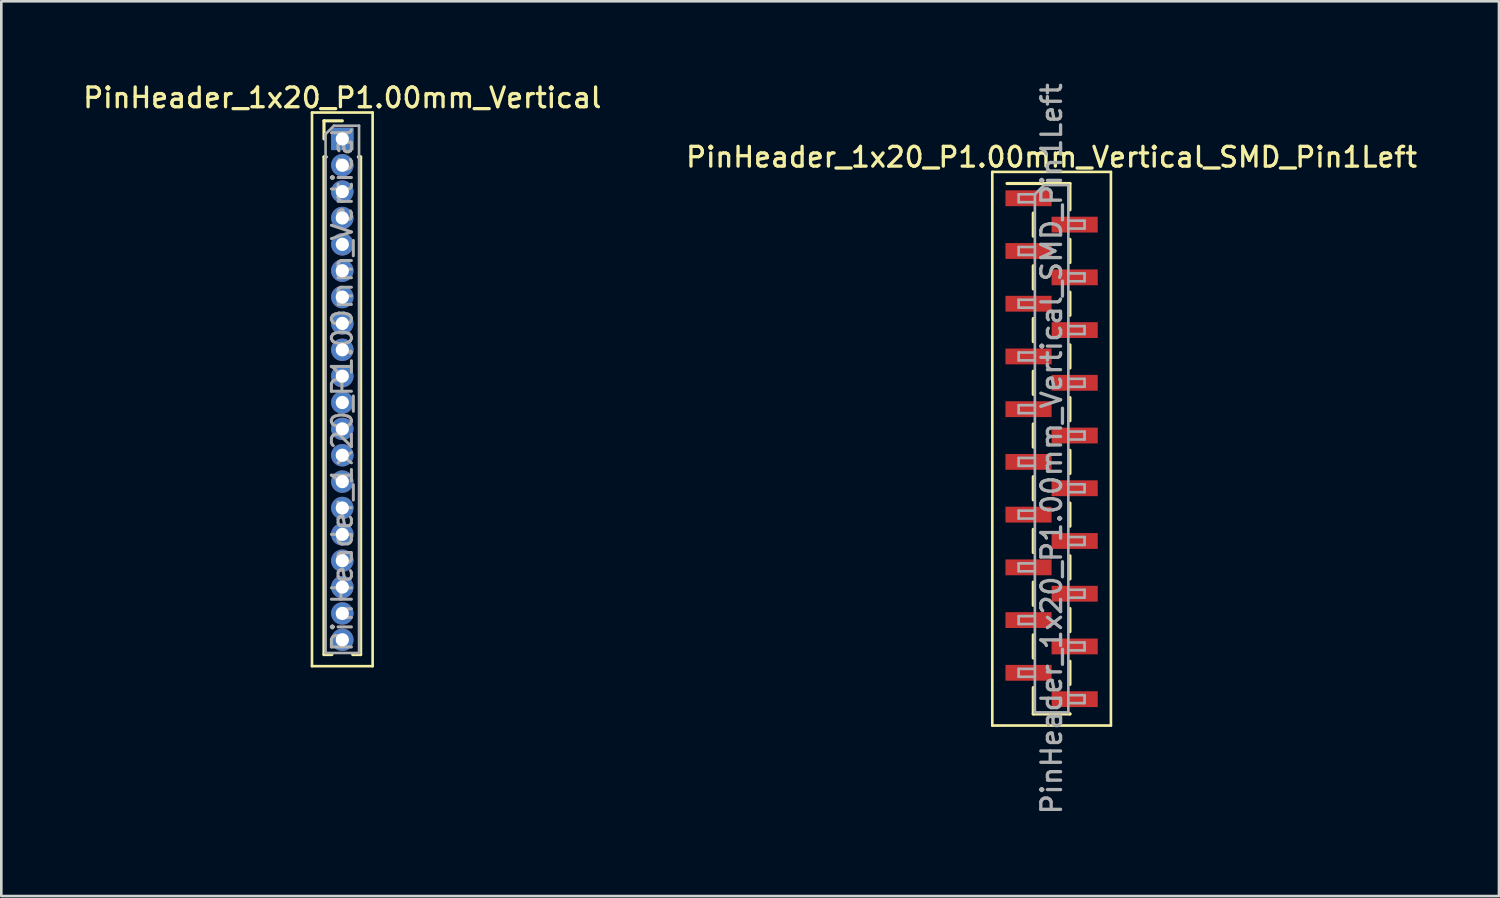
<source format=kicad_pcb>
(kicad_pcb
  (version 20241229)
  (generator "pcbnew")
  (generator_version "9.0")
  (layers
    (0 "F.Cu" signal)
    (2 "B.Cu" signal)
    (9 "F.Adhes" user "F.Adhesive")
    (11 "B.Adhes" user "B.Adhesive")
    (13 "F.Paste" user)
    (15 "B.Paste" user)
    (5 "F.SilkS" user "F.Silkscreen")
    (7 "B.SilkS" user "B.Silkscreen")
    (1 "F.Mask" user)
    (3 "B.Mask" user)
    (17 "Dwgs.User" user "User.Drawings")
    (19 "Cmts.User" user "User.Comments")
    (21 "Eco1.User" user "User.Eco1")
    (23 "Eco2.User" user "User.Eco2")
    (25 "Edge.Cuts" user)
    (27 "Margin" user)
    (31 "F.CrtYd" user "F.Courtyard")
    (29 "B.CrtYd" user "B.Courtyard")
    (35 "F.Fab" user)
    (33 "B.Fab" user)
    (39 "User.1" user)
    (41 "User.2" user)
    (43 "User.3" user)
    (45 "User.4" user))
  (footprint "PinHeader_1x20_P1.00mm_Vertical"
    (layer "F.Cu")
    (at 9.934 2.218)
    (property "Reference" "PinHeader_1x20_P1.00mm_Vertical" (at 0 -1.56 0) (layer "F.SilkS") (effects (font (size 0.75 0.75) (thickness 0.125))))
    (attr through_hole)
    (fp_line (start -1.15 -1) (end -1.15 20) (stroke (width 0.1) (type solid)) (layer "F.SilkS"))
    (fp_line (start -1.15 20) (end 1.15 20) (stroke (width 0.1) (type solid)) (layer "F.SilkS"))
    (fp_line (start -0.695 -0.685) (end 0 -0.685) (stroke (width 0.12) (type solid)) (layer "F.SilkS"))
    (fp_line (start -0.695 0) (end -0.695 -0.685) (stroke (width 0.12) (type solid)) (layer "F.SilkS"))
    (fp_line (start -0.695 0.685) (end -0.695 19.56) (stroke (width 0.12) (type solid)) (layer "F.SilkS"))
    (fp_line (start -0.695 0.685) (end -0.608 0.685) (stroke (width 0.12) (type solid)) (layer "F.SilkS"))
    (fp_line (start -0.695 19.56) (end -0.394 19.56) (stroke (width 0.12) (type solid)) (layer "F.SilkS"))
    (fp_line (start 0.394 19.56) (end 0.695 19.56) (stroke (width 0.12) (type solid)) (layer "F.SilkS"))
    (fp_line (start 0.608 0.685) (end 0.695 0.685) (stroke (width 0.12) (type solid)) (layer "F.SilkS"))
    (fp_line (start 0.695 0.685) (end 0.695 19.56) (stroke (width 0.12) (type solid)) (layer "F.SilkS"))
    (fp_line (start 1.15 -1) (end -1.15 -1) (stroke (width 0.1) (type solid)) (layer "F.SilkS"))
    (fp_line (start 1.15 20) (end 1.15 -1) (stroke (width 0.1) (type solid)) (layer "F.SilkS"))
    (fp_line (start -0.635 -0.182) (end -0.318 -0.5) (stroke (width 0.1) (type solid)) (layer "F.Fab"))
    (fp_line (start -0.635 19.5) (end -0.635 -0.182) (stroke (width 0.1) (type solid)) (layer "F.Fab"))
    (fp_line (start -0.318 -0.5) (end 0.635 -0.5) (stroke (width 0.1) (type solid)) (layer "F.Fab"))
    (fp_line (start 0.635 -0.5) (end 0.635 19.5) (stroke (width 0.1) (type solid)) (layer "F.Fab"))
    (fp_line (start 0.635 19.5) (end -0.635 19.5) (stroke (width 0.1) (type solid)) (layer "F.Fab"))
    (fp_text user "${REFERENCE}" (at 0 9.5 90) (layer "F.Fab") (effects (font (size 0.76 0.76) (thickness 0.114))))
    (pad "1" thru_hole rect (at 0 0) (size 0.85 0.85) (drill 0.5) (layers "*.Cu" "*.Mask"))
    (pad "2" thru_hole oval (at 0 1) (size 0.85 0.85) (drill 0.5) (layers "*.Cu" "*.Mask"))
    (pad "3" thru_hole oval (at 0 2) (size 0.85 0.85) (drill 0.5) (layers "*.Cu" "*.Mask"))
    (pad "4" thru_hole oval (at 0 3) (size 0.85 0.85) (drill 0.5) (layers "*.Cu" "*.Mask"))
    (pad "5" thru_hole oval (at 0 4) (size 0.85 0.85) (drill 0.5) (layers "*.Cu" "*.Mask"))
    (pad "6" thru_hole oval (at 0 5) (size 0.85 0.85) (drill 0.5) (layers "*.Cu" "*.Mask"))
    (pad "7" thru_hole oval (at 0 6) (size 0.85 0.85) (drill 0.5) (layers "*.Cu" "*.Mask"))
    (pad "8" thru_hole oval (at 0 7) (size 0.85 0.85) (drill 0.5) (layers "*.Cu" "*.Mask"))
    (pad "9" thru_hole oval (at 0 8) (size 0.85 0.85) (drill 0.5) (layers "*.Cu" "*.Mask"))
    (pad "10" thru_hole oval (at 0 9) (size 0.85 0.85) (drill 0.5) (layers "*.Cu" "*.Mask"))
    (pad "11" thru_hole oval (at 0 10) (size 0.85 0.85) (drill 0.5) (layers "*.Cu" "*.Mask"))
    (pad "12" thru_hole oval (at 0 11) (size 0.85 0.85) (drill 0.5) (layers "*.Cu" "*.Mask"))
    (pad "13" thru_hole oval (at 0 12) (size 0.85 0.85) (drill 0.5) (layers "*.Cu" "*.Mask"))
    (pad "14" thru_hole oval (at 0 13) (size 0.85 0.85) (drill 0.5) (layers "*.Cu" "*.Mask"))
    (pad "15" thru_hole oval (at 0 14) (size 0.85 0.85) (drill 0.5) (layers "*.Cu" "*.Mask"))
    (pad "16" thru_hole oval (at 0 15) (size 0.85 0.85) (drill 0.5) (layers "*.Cu" "*.Mask"))
    (pad "17" thru_hole oval (at 0 16) (size 0.85 0.85) (drill 0.5) (layers "*.Cu" "*.Mask"))
    (pad "18" thru_hole oval (at 0 17) (size 0.85 0.85) (drill 0.5) (layers "*.Cu" "*.Mask"))
    (pad "19" thru_hole oval (at 0 18) (size 0.85 0.85) (drill 0.5) (layers "*.Cu" "*.Mask"))
    (pad "20" thru_hole oval (at 0 19) (size 0.85 0.85) (drill 0.5) (layers "*.Cu" "*.Mask")))
  (footprint "PinHeader_1x20_P1.00mm_Vertical_SMD_Pin1Left"
    (layer "F.Cu")
    (at 36.838 13.97)
    (property "Reference" "PinHeader_1x20_P1.00mm_Vertical_SMD_Pin1Left" (at 0 -11.06 0) (layer "F.SilkS") (effects (font (size 0.75 0.75) (thickness 0.125))))
    (attr smd)
    (fp_line (start -2.25 -10.5) (end -2.25 10.5) (stroke (width 0.1) (type solid)) (layer "F.SilkS"))
    (fp_line (start -2.25 10.5) (end 2.25 10.5) (stroke (width 0.1) (type solid)) (layer "F.SilkS"))
    (fp_line (start -0.695 -10.06) (end -1.69 -10.06) (stroke (width 0.12) (type solid)) (layer "F.SilkS"))
    (fp_line (start -0.695 -10.06) (end -0.695 -10.06) (stroke (width 0.12) (type solid)) (layer "F.SilkS"))
    (fp_line (start -0.695 -10.06) (end 0.695 -10.06) (stroke (width 0.12) (type solid)) (layer "F.SilkS"))
    (fp_line (start -0.695 -8.94) (end -0.695 -8.06) (stroke (width 0.12) (type solid)) (layer "F.SilkS"))
    (fp_line (start -0.695 -6.94) (end -0.695 -6.06) (stroke (width 0.12) (type solid)) (layer "F.SilkS"))
    (fp_line (start -0.695 -4.94) (end -0.695 -4.06) (stroke (width 0.12) (type solid)) (layer "F.SilkS"))
    (fp_line (start -0.695 -2.94) (end -0.695 -2.06) (stroke (width 0.12) (type solid)) (layer "F.SilkS"))
    (fp_line (start -0.695 -0.94) (end -0.695 -0.06) (stroke (width 0.12) (type solid)) (layer "F.SilkS"))
    (fp_line (start -0.695 1.06) (end -0.695 1.94) (stroke (width 0.12) (type solid)) (layer "F.SilkS"))
    (fp_line (start -0.695 3.06) (end -0.695 3.94) (stroke (width 0.12) (type solid)) (layer "F.SilkS"))
    (fp_line (start -0.695 5.06) (end -0.695 5.94) (stroke (width 0.12) (type solid)) (layer "F.SilkS"))
    (fp_line (start -0.695 7.06) (end -0.695 7.94) (stroke (width 0.12) (type solid)) (layer "F.SilkS"))
    (fp_line (start -0.695 9.06) (end -0.695 10.06) (stroke (width 0.12) (type solid)) (layer "F.SilkS"))
    (fp_line (start -0.695 10.06) (end 0.695 10.06) (stroke (width 0.12) (type solid)) (layer "F.SilkS"))
    (fp_line (start 0.695 -10.06) (end 0.695 -9.06) (stroke (width 0.12) (type solid)) (layer "F.SilkS"))
    (fp_line (start 0.695 -7.94) (end 0.695 -7.06) (stroke (width 0.12) (type solid)) (layer "F.SilkS"))
    (fp_line (start 0.695 -5.94) (end 0.695 -5.06) (stroke (width 0.12) (type solid)) (layer "F.SilkS"))
    (fp_line (start 0.695 -3.94) (end 0.695 -3.06) (stroke (width 0.12) (type solid)) (layer "F.SilkS"))
    (fp_line (start 0.695 -1.94) (end 0.695 -1.06) (stroke (width 0.12) (type solid)) (layer "F.SilkS"))
    (fp_line (start 0.695 0.06) (end 0.695 0.94) (stroke (width 0.12) (type solid)) (layer "F.SilkS"))
    (fp_line (start 0.695 2.06) (end 0.695 2.94) (stroke (width 0.12) (type solid)) (layer "F.SilkS"))
    (fp_line (start 0.695 4.06) (end 0.695 4.94) (stroke (width 0.12) (type solid)) (layer "F.SilkS"))
    (fp_line (start 0.695 6.06) (end 0.695 6.94) (stroke (width 0.12) (type solid)) (layer "F.SilkS"))
    (fp_line (start 0.695 8.06) (end 0.695 8.94) (stroke (width 0.12) (type solid)) (layer "F.SilkS"))
    (fp_line (start 0.695 10.06) (end 0.695 10.06) (stroke (width 0.12) (type solid)) (layer "F.SilkS"))
    (fp_line (start 2.25 -10.5) (end -2.25 -10.5) (stroke (width 0.1) (type solid)) (layer "F.SilkS"))
    (fp_line (start 2.25 10.5) (end 2.25 -10.5) (stroke (width 0.1) (type solid)) (layer "F.SilkS"))
    (fp_line (start -1.25 -9.65) (end -1.25 -9.35) (stroke (width 0.1) (type solid)) (layer "F.Fab"))
    (fp_line (start -1.25 -9.35) (end -0.635 -9.35) (stroke (width 0.1) (type solid)) (layer "F.Fab"))
    (fp_line (start -1.25 -7.65) (end -1.25 -7.35) (stroke (width 0.1) (type solid)) (layer "F.Fab"))
    (fp_line (start -1.25 -7.35) (end -0.635 -7.35) (stroke (width 0.1) (type solid)) (layer "F.Fab"))
    (fp_line (start -1.25 -5.65) (end -1.25 -5.35) (stroke (width 0.1) (type solid)) (layer "F.Fab"))
    (fp_line (start -1.25 -5.35) (end -0.635 -5.35) (stroke (width 0.1) (type solid)) (layer "F.Fab"))
    (fp_line (start -1.25 -3.65) (end -1.25 -3.35) (stroke (width 0.1) (type solid)) (layer "F.Fab"))
    (fp_line (start -1.25 -3.35) (end -0.635 -3.35) (stroke (width 0.1) (type solid)) (layer "F.Fab"))
    (fp_line (start -1.25 -1.65) (end -1.25 -1.35) (stroke (width 0.1) (type solid)) (layer "F.Fab"))
    (fp_line (start -1.25 -1.35) (end -0.635 -1.35) (stroke (width 0.1) (type solid)) (layer "F.Fab"))
    (fp_line (start -1.25 0.35) (end -1.25 0.65) (stroke (width 0.1) (type solid)) (layer "F.Fab"))
    (fp_line (start -1.25 0.65) (end -0.635 0.65) (stroke (width 0.1) (type solid)) (layer "F.Fab"))
    (fp_line (start -1.25 2.35) (end -1.25 2.65) (stroke (width 0.1) (type solid)) (layer "F.Fab"))
    (fp_line (start -1.25 2.65) (end -0.635 2.65) (stroke (width 0.1) (type solid)) (layer "F.Fab"))
    (fp_line (start -1.25 4.35) (end -1.25 4.65) (stroke (width 0.1) (type solid)) (layer "F.Fab"))
    (fp_line (start -1.25 4.65) (end -0.635 4.65) (stroke (width 0.1) (type solid)) (layer "F.Fab"))
    (fp_line (start -1.25 6.35) (end -1.25 6.65) (stroke (width 0.1) (type solid)) (layer "F.Fab"))
    (fp_line (start -1.25 6.65) (end -0.635 6.65) (stroke (width 0.1) (type solid)) (layer "F.Fab"))
    (fp_line (start -1.25 8.35) (end -1.25 8.65) (stroke (width 0.1) (type solid)) (layer "F.Fab"))
    (fp_line (start -1.25 8.65) (end -0.635 8.65) (stroke (width 0.1) (type solid)) (layer "F.Fab"))
    (fp_line (start -0.635 -9.65) (end -1.25 -9.65) (stroke (width 0.1) (type solid)) (layer "F.Fab"))
    (fp_line (start -0.635 -9.65) (end -0.285 -10) (stroke (width 0.1) (type solid)) (layer "F.Fab"))
    (fp_line (start -0.635 -7.65) (end -1.25 -7.65) (stroke (width 0.1) (type solid)) (layer "F.Fab"))
    (fp_line (start -0.635 -5.65) (end -1.25 -5.65) (stroke (width 0.1) (type solid)) (layer "F.Fab"))
    (fp_line (start -0.635 -3.65) (end -1.25 -3.65) (stroke (width 0.1) (type solid)) (layer "F.Fab"))
    (fp_line (start -0.635 -1.65) (end -1.25 -1.65) (stroke (width 0.1) (type solid)) (layer "F.Fab"))
    (fp_line (start -0.635 0.35) (end -1.25 0.35) (stroke (width 0.1) (type solid)) (layer "F.Fab"))
    (fp_line (start -0.635 2.35) (end -1.25 2.35) (stroke (width 0.1) (type solid)) (layer "F.Fab"))
    (fp_line (start -0.635 4.35) (end -1.25 4.35) (stroke (width 0.1) (type solid)) (layer "F.Fab"))
    (fp_line (start -0.635 6.35) (end -1.25 6.35) (stroke (width 0.1) (type solid)) (layer "F.Fab"))
    (fp_line (start -0.635 8.35) (end -1.25 8.35) (stroke (width 0.1) (type solid)) (layer "F.Fab"))
    (fp_line (start -0.635 10) (end -0.635 -9.65) (stroke (width 0.1) (type solid)) (layer "F.Fab"))
    (fp_line (start -0.285 -10) (end 0.635 -10) (stroke (width 0.1) (type solid)) (layer "F.Fab"))
    (fp_line (start 0.635 -10) (end 0.635 10) (stroke (width 0.1) (type solid)) (layer "F.Fab"))
    (fp_line (start 0.635 -8.65) (end 1.25 -8.65) (stroke (width 0.1) (type solid)) (layer "F.Fab"))
    (fp_line (start 0.635 -6.65) (end 1.25 -6.65) (stroke (width 0.1) (type solid)) (layer "F.Fab"))
    (fp_line (start 0.635 -4.65) (end 1.25 -4.65) (stroke (width 0.1) (type solid)) (layer "F.Fab"))
    (fp_line (start 0.635 -2.65) (end 1.25 -2.65) (stroke (width 0.1) (type solid)) (layer "F.Fab"))
    (fp_line (start 0.635 -0.65) (end 1.25 -0.65) (stroke (width 0.1) (type solid)) (layer "F.Fab"))
    (fp_line (start 0.635 1.35) (end 1.25 1.35) (stroke (width 0.1) (type solid)) (layer "F.Fab"))
    (fp_line (start 0.635 3.35) (end 1.25 3.35) (stroke (width 0.1) (type solid)) (layer "F.Fab"))
    (fp_line (start 0.635 5.35) (end 1.25 5.35) (stroke (width 0.1) (type solid)) (layer "F.Fab"))
    (fp_line (start 0.635 7.35) (end 1.25 7.35) (stroke (width 0.1) (type solid)) (layer "F.Fab"))
    (fp_line (start 0.635 9.35) (end 1.25 9.35) (stroke (width 0.1) (type solid)) (layer "F.Fab"))
    (fp_line (start 0.635 10) (end -0.635 10) (stroke (width 0.1) (type solid)) (layer "F.Fab"))
    (fp_line (start 1.25 -8.65) (end 1.25 -8.35) (stroke (width 0.1) (type solid)) (layer "F.Fab"))
    (fp_line (start 1.25 -8.35) (end 0.635 -8.35) (stroke (width 0.1) (type solid)) (layer "F.Fab"))
    (fp_line (start 1.25 -6.65) (end 1.25 -6.35) (stroke (width 0.1) (type solid)) (layer "F.Fab"))
    (fp_line (start 1.25 -6.35) (end 0.635 -6.35) (stroke (width 0.1) (type solid)) (layer "F.Fab"))
    (fp_line (start 1.25 -4.65) (end 1.25 -4.35) (stroke (width 0.1) (type solid)) (layer "F.Fab"))
    (fp_line (start 1.25 -4.35) (end 0.635 -4.35) (stroke (width 0.1) (type solid)) (layer "F.Fab"))
    (fp_line (start 1.25 -2.65) (end 1.25 -2.35) (stroke (width 0.1) (type solid)) (layer "F.Fab"))
    (fp_line (start 1.25 -2.35) (end 0.635 -2.35) (stroke (width 0.1) (type solid)) (layer "F.Fab"))
    (fp_line (start 1.25 -0.65) (end 1.25 -0.35) (stroke (width 0.1) (type solid)) (layer "F.Fab"))
    (fp_line (start 1.25 -0.35) (end 0.635 -0.35) (stroke (width 0.1) (type solid)) (layer "F.Fab"))
    (fp_line (start 1.25 1.35) (end 1.25 1.65) (stroke (width 0.1) (type solid)) (layer "F.Fab"))
    (fp_line (start 1.25 1.65) (end 0.635 1.65) (stroke (width 0.1) (type solid)) (layer "F.Fab"))
    (fp_line (start 1.25 3.35) (end 1.25 3.65) (stroke (width 0.1) (type solid)) (layer "F.Fab"))
    (fp_line (start 1.25 3.65) (end 0.635 3.65) (stroke (width 0.1) (type solid)) (layer "F.Fab"))
    (fp_line (start 1.25 5.35) (end 1.25 5.65) (stroke (width 0.1) (type solid)) (layer "F.Fab"))
    (fp_line (start 1.25 5.65) (end 0.635 5.65) (stroke (width 0.1) (type solid)) (layer "F.Fab"))
    (fp_line (start 1.25 7.35) (end 1.25 7.65) (stroke (width 0.1) (type solid)) (layer "F.Fab"))
    (fp_line (start 1.25 7.65) (end 0.635 7.65) (stroke (width 0.1) (type solid)) (layer "F.Fab"))
    (fp_line (start 1.25 9.35) (end 1.25 9.65) (stroke (width 0.1) (type solid)) (layer "F.Fab"))
    (fp_line (start 1.25 9.65) (end 0.635 9.65) (stroke (width 0.1) (type solid)) (layer "F.Fab"))
    (fp_text user "${REFERENCE}" (at 0 0 90) (layer "F.Fab") (effects (font (size 0.75 0.75) (thickness 0.125))))
    (pad "1" smd rect (at -0.875 -9.5) (size 1.75 0.6) (layers "F.Cu" "F.Mask" "F.Paste"))
    (pad "2" smd rect (at 0.875 -8.5) (size 1.75 0.6) (layers "F.Cu" "F.Mask" "F.Paste"))
    (pad "3" smd rect (at -0.875 -7.5) (size 1.75 0.6) (layers "F.Cu" "F.Mask" "F.Paste"))
    (pad "4" smd rect (at 0.875 -6.5) (size 1.75 0.6) (layers "F.Cu" "F.Mask" "F.Paste"))
    (pad "5" smd rect (at -0.875 -5.5) (size 1.75 0.6) (layers "F.Cu" "F.Mask" "F.Paste"))
    (pad "6" smd rect (at 0.875 -4.5) (size 1.75 0.6) (layers "F.Cu" "F.Mask" "F.Paste"))
    (pad "7" smd rect (at -0.875 -3.5) (size 1.75 0.6) (layers "F.Cu" "F.Mask" "F.Paste"))
    (pad "8" smd rect (at 0.875 -2.5) (size 1.75 0.6) (layers "F.Cu" "F.Mask" "F.Paste"))
    (pad "9" smd rect (at -0.875 -1.5) (size 1.75 0.6) (layers "F.Cu" "F.Mask" "F.Paste"))
    (pad "10" smd rect (at 0.875 -0.5) (size 1.75 0.6) (layers "F.Cu" "F.Mask" "F.Paste"))
    (pad "11" smd rect (at -0.875 0.5) (size 1.75 0.6) (layers "F.Cu" "F.Mask" "F.Paste"))
    (pad "12" smd rect (at 0.875 1.5) (size 1.75 0.6) (layers "F.Cu" "F.Mask" "F.Paste"))
    (pad "13" smd rect (at -0.875 2.5) (size 1.75 0.6) (layers "F.Cu" "F.Mask" "F.Paste"))
    (pad "14" smd rect (at 0.875 3.5) (size 1.75 0.6) (layers "F.Cu" "F.Mask" "F.Paste"))
    (pad "15" smd rect (at -0.875 4.5) (size 1.75 0.6) (layers "F.Cu" "F.Mask" "F.Paste"))
    (pad "16" smd rect (at 0.875 5.5) (size 1.75 0.6) (layers "F.Cu" "F.Mask" "F.Paste"))
    (pad "17" smd rect (at -0.875 6.5) (size 1.75 0.6) (layers "F.Cu" "F.Mask" "F.Paste"))
    (pad "18" smd rect (at 0.875 7.5) (size 1.75 0.6) (layers "F.Cu" "F.Mask" "F.Paste"))
    (pad "19" smd rect (at -0.875 8.5) (size 1.75 0.6) (layers "F.Cu" "F.Mask" "F.Paste"))
    (pad "20" smd rect (at 0.875 9.5) (size 1.75 0.6) (layers "F.Cu" "F.Mask" "F.Paste")))
  (gr_rect
    (start -3 -3)
    (end 53.807 30.939)
    (stroke (width 0.1) (type default))
    (fill no)
    (layer "Edge.Cuts")))
</source>
